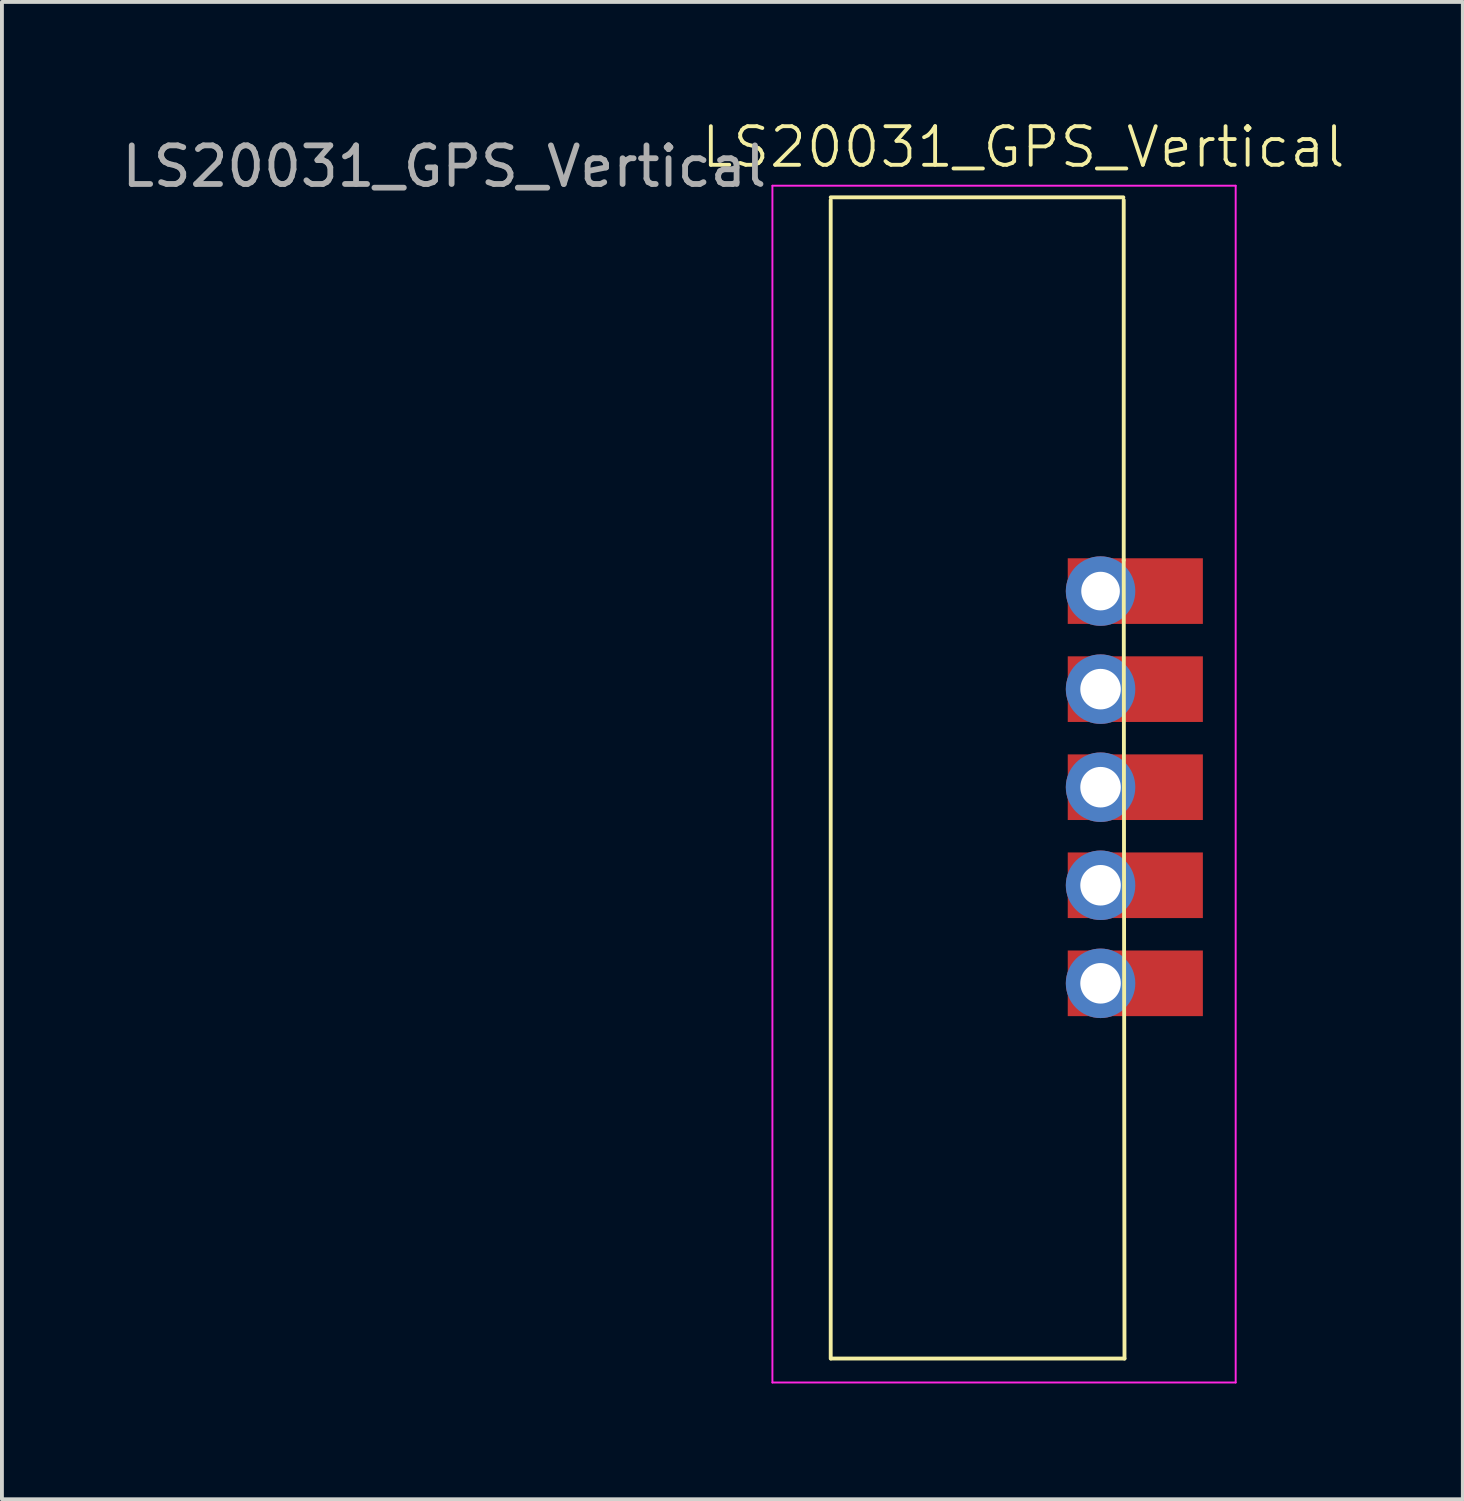
<source format=kicad_pcb>
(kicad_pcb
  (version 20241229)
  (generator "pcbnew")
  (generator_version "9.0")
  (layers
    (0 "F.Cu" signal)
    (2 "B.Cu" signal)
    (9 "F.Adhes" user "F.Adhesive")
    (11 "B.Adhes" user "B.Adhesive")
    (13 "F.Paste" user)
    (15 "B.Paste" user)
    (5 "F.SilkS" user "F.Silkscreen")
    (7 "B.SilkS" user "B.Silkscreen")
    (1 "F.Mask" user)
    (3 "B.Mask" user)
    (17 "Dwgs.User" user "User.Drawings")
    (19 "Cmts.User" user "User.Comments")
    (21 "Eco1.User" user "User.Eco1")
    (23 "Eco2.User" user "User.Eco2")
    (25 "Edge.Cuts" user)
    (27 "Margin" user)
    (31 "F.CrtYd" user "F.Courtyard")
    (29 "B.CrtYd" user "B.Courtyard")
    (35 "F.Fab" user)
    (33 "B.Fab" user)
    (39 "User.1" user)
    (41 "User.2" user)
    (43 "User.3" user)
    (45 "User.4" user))
  (footprint "LS20031_GPS_Vertical"
    (layer "F.Cu")
    (at 25.458 12.261)
    (property "Reference" "LS20031_GPS_Vertical" (at -2 -11.5 0) (unlocked yes) (layer "F.SilkS") (effects (font (size 1 1) (thickness 0.1))))
    (attr through_hole)
    (fp_line (start -6.99 -10.13) (end -6.99 19.88) (stroke (width 0.1) (type default)) (layer "F.SilkS"))
    (fp_line (start -6.98 19.88) (end 0.62 19.88) (stroke (width 0.1) (type default)) (layer "F.SilkS"))
    (fp_line (start 0.59 -10.2) (end -6.99 -10.2) (stroke (width 0.1) (type default)) (layer "F.SilkS"))
    (fp_line (start 0.6 -0.8) (end 0.6 -10.13) (stroke (width 0.1) (type default)) (layer "F.SilkS"))
    (fp_line (start 0.62 19.88) (end 0.6 -0.8) (stroke (width 0.1) (type default)) (layer "F.SilkS"))
    (fp_line (start -8.5 -10.5) (end 3.5 -10.5) (stroke (width 0.05) (type default)) (layer "F.CrtYd"))
    (fp_line (start -8.5 20.5) (end -8.5 -10.5) (stroke (width 0.05) (type default)) (layer "F.CrtYd"))
    (fp_line (start 3.5 -10.5) (end 3.5 20.5) (stroke (width 0.05) (type default)) (layer "F.CrtYd"))
    (fp_line (start 3.5 20.5) (end -8.5 20.5) (stroke (width 0.05) (type default)) (layer "F.CrtYd"))
    (fp_text user "${REFERENCE}" (at -17 -11 0) (unlocked yes) (layer "F.Fab") (effects (font (size 1 1) (thickness 0.15))))
    (pad "1" thru_hole circle (at 0 10.16 180) (size 1.8 1.8) (drill 1.05) (layers "*.Cu" "*.Mask"))
    (pad "1" smd rect (at 0 10.16 180) (size 3.5 1.7) (drill (offset -0.9 0)) (layers "F.Cu" "F.Mask"))
    (pad "2" thru_hole circle (at 0 7.62 180) (size 1.8 1.8) (drill 1.05) (layers "*.Cu" "*.Mask"))
    (pad "2" smd rect (at 0 7.62 180) (size 3.5 1.7) (drill (offset -0.9 0)) (layers "F.Cu" "F.Mask"))
    (pad "3" thru_hole circle (at 0 5.08 180) (size 1.8 1.8) (drill 1.05) (layers "*.Cu" "*.Mask"))
    (pad "3" smd rect (at 0 5.08 180) (size 3.5 1.7) (drill (offset -0.9 0)) (layers "F.Cu" "F.Mask"))
    (pad "4" thru_hole circle (at 0 2.54 180) (size 1.8 1.8) (drill 1.05) (layers "*.Cu" "*.Mask"))
    (pad "4" smd rect (at 0 2.54 180) (size 3.5 1.7) (drill (offset -0.9 0)) (layers "F.Cu" "F.Mask"))
    (pad "5" thru_hole circle (at 0 0 180) (size 1.8 1.8) (drill 1) (layers "*.Cu" "*.Mask"))
    (pad "5" smd rect (at 0 0 180) (size 3.5 1.7) (drill (offset -0.9 0)) (layers "F.Cu" "F.Mask")))
  (gr_rect
    (start -3 -3)
    (end 34.842 35.785)
    (stroke (width 0.1) (type default))
    (fill no)
    (layer "Edge.Cuts")))
</source>
